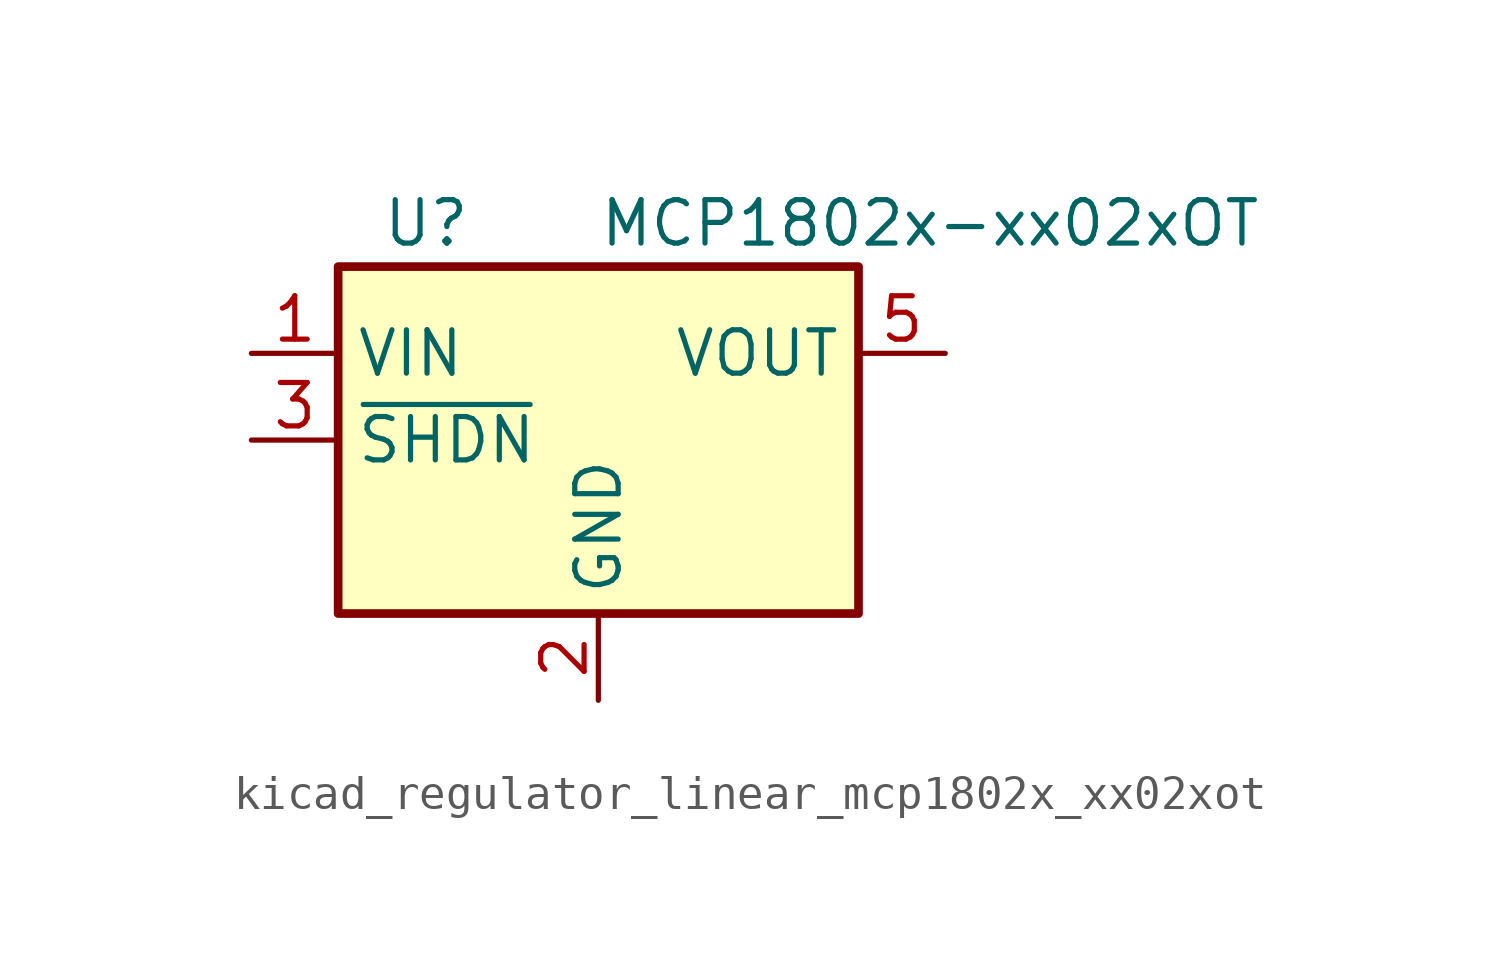
<source format=kicad_sym>
(kicad_symbol_lib
  (version 20220914)
  (generator kicad_symbol_editor)
  (symbol "kicad_regulator_linear_mcp1802x_xx02xot"
    (property "Reference" "U"
      (at -6.35 6.35 0)
      (effects (font (size 1.27 1.27)) (justify left)))
    (property "Value" "MCP1802x-xx02xOT"
      (at 0 6.35 0)
      (effects (font (size 1.27 1.27)) (justify left)))
    (symbol "kicad_regulator_linear_mcp1802x_xx02xot_0_1"
      (rectangle (start -7.62 5.08) (end 7.62 -5.08) (stroke (width 0.254) (type default)) (fill (type background))))
    (symbol "kicad_regulator_linear_mcp1802x_xx02xot_1_1"
      (pin power_in line (at -10.16 2.54 0) (length 2.54) (name "VIN" (effects (font (size 1.27 1.27)))) (number "1" (effects (font (size 1.27 1.27)))))
      (pin power_in line (at 0 -7.62 90) (length 2.54) (name "GND" (effects (font (size 1.27 1.27)))) (number "2" (effects (font (size 1.27 1.27)))))
      (pin input line (at -10.16 0 0) (length 2.54) (name "~{SHDN}" (effects (font (size 1.27 1.27)))) (number "3" (effects (font (size 1.27 1.27)))))
      (pin no_connect line (at 7.62 0 180) (length 2.54) hide (name "NC" (effects (font (size 1.27 1.27)))) (number "4" (effects (font (size 1.27 1.27)))))
      (pin power_out line (at 10.16 2.54 180) (length 2.54) (name "VOUT" (effects (font (size 1.27 1.27)))) (number "5" (effects (font (size 1.27 1.27))))))))
</source>
